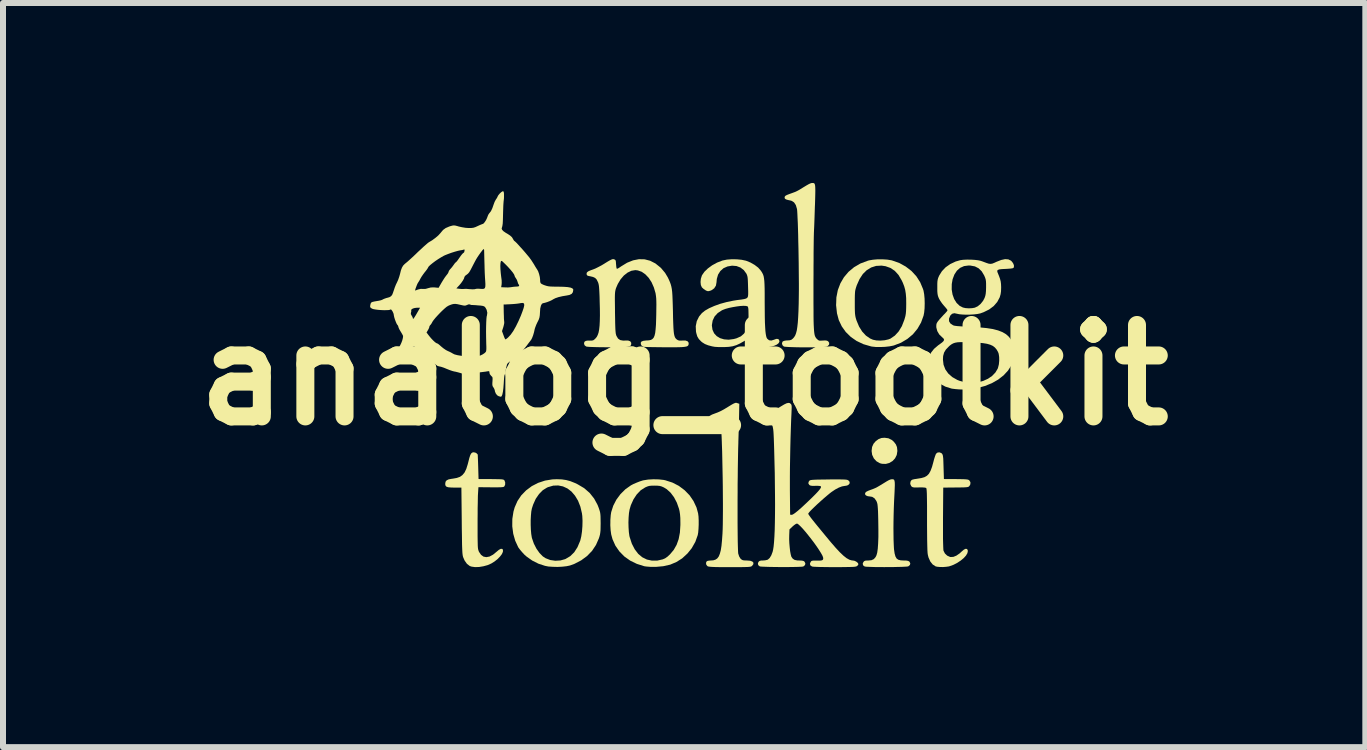
<source format=kicad_pcb>
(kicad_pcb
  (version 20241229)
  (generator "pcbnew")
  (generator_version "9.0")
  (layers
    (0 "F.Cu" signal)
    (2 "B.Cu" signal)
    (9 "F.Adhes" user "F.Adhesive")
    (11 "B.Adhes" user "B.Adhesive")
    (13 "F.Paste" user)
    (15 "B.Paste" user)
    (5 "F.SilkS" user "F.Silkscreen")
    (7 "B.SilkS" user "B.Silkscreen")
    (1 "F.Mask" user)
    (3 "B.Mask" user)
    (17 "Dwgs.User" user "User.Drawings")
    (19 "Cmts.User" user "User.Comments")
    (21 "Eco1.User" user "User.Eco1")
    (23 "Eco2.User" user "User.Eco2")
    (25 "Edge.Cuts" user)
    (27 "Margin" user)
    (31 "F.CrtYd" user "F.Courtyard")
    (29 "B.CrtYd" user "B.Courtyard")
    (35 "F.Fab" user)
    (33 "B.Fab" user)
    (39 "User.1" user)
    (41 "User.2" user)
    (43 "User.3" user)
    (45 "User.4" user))
  (footprint "analog_toolkit"
    (layer "F.Cu")
    (at 8.353 3.201)
    (property "Reference" "analog_toolkit" (at 0 0 0) (layer "F.SilkS") (effects (font (size 1.524 1.524) (thickness 0.3))))
    (attr board_only exclude_from_pos_files exclude_from_bom)
    (fp_poly (pts (xy 3.405 1.054) (xy 3.461 1.082) (xy 3.495 1.112) (xy 3.528 1.155) (xy 3.547 1.201) (xy 3.553 1.257) (xy 3.553 1.269) (xy 3.543 1.332) (xy 3.515 1.388) (xy 3.473 1.433) (xy 3.42 1.465) (xy 3.361 1.481) (xy 3.298 1.479) (xy 3.263 1.47) (xy 3.205 1.437) (xy 3.161 1.389) (xy 3.133 1.329) (xy 3.124 1.265) (xy 3.132 1.199) (xy 3.156 1.145) (xy 3.192 1.103) (xy 3.239 1.068) (xy 3.289 1.049) (xy 3.34 1.045)) (stroke (width 0) (type solid)) (fill yes) (layer "F.SilkS"))
    (fp_poly (pts (xy 3.478 1.737) (xy 3.491 1.74) (xy 3.5 1.748) (xy 3.506 1.765) (xy 3.51 1.792) (xy 3.511 1.833) (xy 3.509 1.888) (xy 3.506 1.962) (xy 3.503 2.019) (xy 3.498 2.117) (xy 3.494 2.223) (xy 3.491 2.333) (xy 3.489 2.443) (xy 3.488 2.551) (xy 3.489 2.653) (xy 3.49 2.745) (xy 3.493 2.823) (xy 3.496 2.885) (xy 3.498 2.908) (xy 3.508 2.976) (xy 3.522 3.025) (xy 3.541 3.058) (xy 3.569 3.078) (xy 3.608 3.088) (xy 3.659 3.091) (xy 3.703 3.092) (xy 3.731 3.097) (xy 3.749 3.106) (xy 3.756 3.112) (xy 3.769 3.14) (xy 3.762 3.166) (xy 3.736 3.188) (xy 3.734 3.188) (xy 3.716 3.192) (xy 3.679 3.194) (xy 3.627 3.197) (xy 3.563 3.198) (xy 3.491 3.2) (xy 3.413 3.2) (xy 3.334 3.201) (xy 3.256 3.2) (xy 3.183 3.2) (xy 3.119 3.198) (xy 3.066 3.196) (xy 3.027 3.194) (xy 3.008 3.19) (xy 3.007 3.19) (xy 2.982 3.171) (xy 2.976 3.143) (xy 2.987 3.117) (xy 3 3.102) (xy 3.018 3.094) (xy 3.047 3.091) (xy 3.068 3.091) (xy 3.122 3.086) (xy 3.162 3.067) (xy 3.191 3.033) (xy 3.206 3.002) (xy 3.218 2.958) (xy 3.227 2.892) (xy 3.233 2.806) (xy 3.237 2.7) (xy 3.237 2.573) (xy 3.235 2.428) (xy 3.235 2.426) (xy 3.233 2.34) (xy 3.231 2.273) (xy 3.228 2.222) (xy 3.225 2.184) (xy 3.222 2.156) (xy 3.217 2.134) (xy 3.211 2.116) (xy 3.204 2.1) (xy 3.173 2.055) (xy 3.134 2.03) (xy 3.097 2.024) (xy 3.059 2.019) (xy 3.029 2.006) (xy 3.015 1.987) (xy 3.014 1.982) (xy 3.019 1.962) (xy 3.034 1.946) (xy 3.065 1.93) (xy 3.104 1.915) (xy 3.146 1.9) (xy 3.184 1.884) (xy 3.223 1.864) (xy 3.269 1.837) (xy 3.328 1.801) (xy 3.333 1.798) (xy 3.38 1.769) (xy 3.413 1.751) (xy 3.437 1.741) (xy 3.458 1.737)) (stroke (width 0) (type solid)) (fill yes) (layer "F.SilkS"))
    (fp_poly (pts (xy -0.424 1.739) (xy -0.341 1.748) (xy -0.314 1.754) (xy -0.196 1.792) (xy -0.089 1.847) (xy 0.007 1.919) (xy 0.09 2.004) (xy 0.156 2.101) (xy 0.206 2.208) (xy 0.232 2.304) (xy 0.239 2.356) (xy 0.242 2.422) (xy 0.242 2.493) (xy 0.239 2.563) (xy 0.234 2.624) (xy 0.226 2.668) (xy 0.186 2.78) (xy 0.126 2.886) (xy 0.055 2.974) (xy -0.033 3.055) (xy -0.129 3.116) (xy -0.233 3.16) (xy -0.348 3.186) (xy -0.468 3.197) (xy -0.56 3.197) (xy -0.633 3.191) (xy -0.666 3.186) (xy -0.789 3.147) (xy -0.901 3.092) (xy -0.998 3.023) (xy -1.08 2.939) (xy -1.146 2.844) (xy -1.194 2.737) (xy -1.216 2.657) (xy -1.226 2.585) (xy -1.231 2.502) (xy -1.23 2.456) (xy -0.929 2.456) (xy -0.927 2.539) (xy -0.922 2.616) (xy -0.913 2.681) (xy -0.908 2.701) (xy -0.872 2.811) (xy -0.824 2.904) (xy -0.766 2.98) (xy -0.698 3.037) (xy -0.621 3.075) (xy -0.537 3.093) (xy -0.446 3.092) (xy -0.358 3.072) (xy -0.318 3.055) (xy -0.278 3.027) (xy -0.236 2.988) (xy -0.174 2.914) (xy -0.126 2.83) (xy -0.092 2.735) (xy -0.071 2.626) (xy -0.063 2.5) (xy -0.063 2.459) (xy -0.064 2.382) (xy -0.069 2.321) (xy -0.077 2.268) (xy -0.086 2.23) (xy -0.122 2.127) (xy -0.169 2.037) (xy -0.226 1.961) (xy -0.291 1.902) (xy -0.339 1.873) (xy -0.375 1.857) (xy -0.407 1.848) (xy -0.445 1.844) (xy -0.495 1.843) (xy -0.546 1.844) (xy -0.584 1.848) (xy -0.616 1.858) (xy -0.65 1.873) (xy -0.725 1.921) (xy -0.79 1.989) (xy -0.845 2.072) (xy -0.889 2.17) (xy -0.91 2.242) (xy -0.92 2.301) (xy -0.926 2.374) (xy -0.929 2.456) (xy -1.23 2.456) (xy -1.23 2.416) (xy -1.224 2.335) (xy -1.216 2.284) (xy -1.182 2.178) (xy -1.13 2.077) (xy -1.061 1.984) (xy -0.979 1.903) (xy -0.887 1.838) (xy -0.847 1.817) (xy -0.794 1.794) (xy -0.738 1.772) (xy -0.687 1.756) (xy -0.677 1.754) (xy -0.601 1.742) (xy -0.513 1.737)) (stroke (width 0) (type solid)) (fill yes) (layer "F.SilkS"))
    (fp_poly (pts (xy -2.039 1.739) (xy -1.966 1.75) (xy -1.896 1.769) (xy -1.821 1.799) (xy -1.775 1.821) (xy -1.667 1.885) (xy -1.576 1.964) (xy -1.501 2.058) (xy -1.443 2.165) (xy -1.423 2.217) (xy -1.411 2.253) (xy -1.402 2.284) (xy -1.397 2.316) (xy -1.394 2.354) (xy -1.393 2.404) (xy -1.392 2.47) (xy -1.392 2.47) (xy -1.393 2.536) (xy -1.394 2.586) (xy -1.398 2.625) (xy -1.403 2.658) (xy -1.412 2.692) (xy -1.422 2.723) (xy -1.47 2.832) (xy -1.535 2.93) (xy -1.618 3.016) (xy -1.716 3.088) (xy -1.827 3.146) (xy -1.903 3.174) (xy -1.96 3.186) (xy -2.031 3.194) (xy -2.11 3.198) (xy -2.19 3.196) (xy -2.263 3.191) (xy -2.319 3.18) (xy -2.429 3.144) (xy -2.532 3.092) (xy -2.623 3.028) (xy -2.662 2.994) (xy -2.699 2.954) (xy -2.734 2.913) (xy -2.761 2.877) (xy -2.767 2.867) (xy -2.816 2.761) (xy -2.849 2.645) (xy -2.865 2.522) (xy -2.865 2.498) (xy -2.558 2.498) (xy -2.555 2.577) (xy -2.549 2.648) (xy -2.54 2.704) (xy -2.537 2.717) (xy -2.505 2.81) (xy -2.462 2.894) (xy -2.411 2.966) (xy -2.355 3.023) (xy -2.309 3.053) (xy -2.232 3.083) (xy -2.148 3.095) (xy -2.062 3.09) (xy -1.983 3.068) (xy -1.975 3.064) (xy -1.898 3.018) (xy -1.832 2.953) (xy -1.778 2.869) (xy -1.735 2.767) (xy -1.731 2.756) (xy -1.715 2.689) (xy -1.703 2.608) (xy -1.696 2.519) (xy -1.694 2.43) (xy -1.698 2.348) (xy -1.704 2.304) (xy -1.73 2.193) (xy -1.769 2.094) (xy -1.819 2.011) (xy -1.878 1.942) (xy -1.946 1.89) (xy -2.02 1.856) (xy -2.099 1.84) (xy -2.182 1.843) (xy -2.268 1.868) (xy -2.285 1.875) (xy -2.356 1.919) (xy -2.419 1.983) (xy -2.474 2.063) (xy -2.517 2.159) (xy -2.538 2.223) (xy -2.548 2.274) (xy -2.554 2.341) (xy -2.558 2.418) (xy -2.558 2.498) (xy -2.865 2.498) (xy -2.864 2.398) (xy -2.845 2.276) (xy -2.825 2.206) (xy -2.778 2.099) (xy -2.714 2.004) (xy -2.633 1.921) (xy -2.539 1.851) (xy -2.434 1.797) (xy -2.319 1.759) (xy -2.197 1.739) (xy -2.123 1.736)) (stroke (width 0) (type solid)) (fill yes) (layer "F.SilkS"))
    (fp_poly (pts (xy 3.385 -1.924) (xy 3.453 -1.913) (xy 3.465 -1.91) (xy 3.585 -1.868) (xy 3.693 -1.808) (xy 3.789 -1.734) (xy 3.87 -1.646) (xy 3.934 -1.546) (xy 3.98 -1.436) (xy 3.989 -1.408) (xy 4 -1.348) (xy 4.007 -1.274) (xy 4.009 -1.194) (xy 4.007 -1.113) (xy 4 -1.041) (xy 3.99 -0.99) (xy 3.948 -0.875) (xy 3.888 -0.771) (xy 3.812 -0.679) (xy 3.72 -0.602) (xy 3.614 -0.539) (xy 3.497 -0.494) (xy 3.482 -0.49) (xy 3.42 -0.478) (xy 3.346 -0.47) (xy 3.267 -0.467) (xy 3.192 -0.468) (xy 3.127 -0.475) (xy 3.113 -0.478) (xy 2.989 -0.514) (xy 2.876 -0.567) (xy 2.778 -0.635) (xy 2.694 -0.717) (xy 2.627 -0.811) (xy 2.577 -0.916) (xy 2.547 -1.029) (xy 2.532 -1.165) (xy 2.534 -1.204) (xy 2.844 -1.204) (xy 2.844 -1.199) (xy 2.844 -1.126) (xy 2.845 -1.071) (xy 2.847 -1.028) (xy 2.851 -0.995) (xy 2.856 -0.966) (xy 2.864 -0.936) (xy 2.874 -0.906) (xy 2.915 -0.808) (xy 2.967 -0.725) (xy 3.029 -0.658) (xy 3.098 -0.61) (xy 3.146 -0.589) (xy 3.204 -0.577) (xy 3.272 -0.574) (xy 3.342 -0.58) (xy 3.404 -0.594) (xy 3.438 -0.607) (xy 3.512 -0.658) (xy 3.575 -0.727) (xy 3.628 -0.814) (xy 3.669 -0.919) (xy 3.676 -0.943) (xy 3.687 -0.982) (xy 3.694 -1.021) (xy 3.698 -1.065) (xy 3.7 -1.118) (xy 3.701 -1.188) (xy 3.701 -1.194) (xy 3.7 -1.283) (xy 3.694 -1.356) (xy 3.684 -1.419) (xy 3.668 -1.477) (xy 3.645 -1.537) (xy 3.624 -1.581) (xy 3.572 -1.669) (xy 3.51 -1.737) (xy 3.438 -1.785) (xy 3.357 -1.814) (xy 3.29 -1.824) (xy 3.199 -1.819) (xy 3.117 -1.793) (xy 3.043 -1.748) (xy 2.978 -1.684) (xy 2.923 -1.6) (xy 2.877 -1.497) (xy 2.875 -1.491) (xy 2.864 -1.458) (xy 2.856 -1.43) (xy 2.85 -1.403) (xy 2.847 -1.37) (xy 2.845 -1.33) (xy 2.844 -1.276) (xy 2.844 -1.204) (xy 2.534 -1.204) (xy 2.537 -1.294) (xy 2.561 -1.416) (xy 2.604 -1.529) (xy 2.663 -1.63) (xy 2.739 -1.72) (xy 2.831 -1.797) (xy 2.937 -1.859) (xy 3.057 -1.904) (xy 3.08 -1.911) (xy 3.145 -1.922) (xy 3.223 -1.929) (xy 3.305 -1.929)) (stroke (width 0) (type solid)) (fill yes) (layer "F.SilkS"))
    (fp_poly (pts (xy -3.48 1.293) (xy -3.46 1.304) (xy -3.446 1.319) (xy -3.441 1.324) (xy -3.44 1.335) (xy -3.439 1.364) (xy -3.437 1.409) (xy -3.435 1.465) (xy -3.433 1.529) (xy -3.427 1.733) (xy -3.219 1.734) (xy -3.145 1.735) (xy -3.091 1.736) (xy -3.052 1.737) (xy -3.027 1.74) (xy -3.01 1.744) (xy -3.001 1.75) (xy -2.996 1.755) (xy -2.983 1.789) (xy -2.984 1.828) (xy -2.996 1.853) (xy -3.002 1.86) (xy -3.013 1.865) (xy -3.031 1.868) (xy -3.059 1.87) (xy -3.101 1.871) (xy -3.159 1.871) (xy -3.219 1.871) (xy -3.429 1.869) (xy -3.436 1.977) (xy -3.438 2.013) (xy -3.439 2.068) (xy -3.44 2.139) (xy -3.442 2.221) (xy -3.442 2.312) (xy -3.443 2.408) (xy -3.443 2.491) (xy -3.443 2.596) (xy -3.443 2.682) (xy -3.442 2.751) (xy -3.441 2.804) (xy -3.44 2.845) (xy -3.438 2.876) (xy -3.435 2.899) (xy -3.431 2.916) (xy -3.426 2.93) (xy -3.421 2.944) (xy -3.42 2.946) (xy -3.386 2.996) (xy -3.345 3.026) (xy -3.298 3.035) (xy -3.244 3.025) (xy -3.186 2.994) (xy -3.131 2.949) (xy -3.088 2.913) (xy -3.055 2.896) (xy -3.031 2.898) (xy -3.02 2.914) (xy -3.021 2.946) (xy -3.038 2.984) (xy -3.07 3.026) (xy -3.112 3.069) (xy -3.163 3.109) (xy -3.213 3.14) (xy -3.276 3.168) (xy -3.346 3.187) (xy -3.418 3.199) (xy -3.486 3.201) (xy -3.543 3.193) (xy -3.573 3.183) (xy -3.62 3.147) (xy -3.659 3.092) (xy -3.681 3.042) (xy -3.686 3.028) (xy -3.69 3.011) (xy -3.693 2.991) (xy -3.696 2.964) (xy -3.698 2.929) (xy -3.7 2.883) (xy -3.702 2.826) (xy -3.703 2.754) (xy -3.704 2.667) (xy -3.706 2.561) (xy -3.707 2.436) (xy -3.707 2.431) (xy -3.713 1.876) (xy -3.829 1.876) (xy -3.891 1.874) (xy -3.933 1.87) (xy -3.961 1.861) (xy -3.976 1.846) (xy -3.982 1.824) (xy -3.982 1.81) (xy -3.977 1.778) (xy -3.959 1.755) (xy -3.926 1.739) (xy -3.874 1.729) (xy -3.857 1.727) (xy -3.79 1.715) (xy -3.736 1.696) (xy -3.694 1.665) (xy -3.659 1.622) (xy -3.631 1.563) (xy -3.607 1.486) (xy -3.596 1.443) (xy -3.58 1.38) (xy -3.565 1.335) (xy -3.55 1.307) (xy -3.532 1.292) (xy -3.511 1.287) (xy -3.51 1.287)) (stroke (width 0) (type solid)) (fill yes) (layer "F.SilkS"))
    (fp_poly (pts (xy 4.285 1.3) (xy 4.297 1.31) (xy 4.304 1.321) (xy 4.31 1.335) (xy 4.314 1.358) (xy 4.318 1.39) (xy 4.32 1.437) (xy 4.322 1.502) (xy 4.323 1.533) (xy 4.329 1.733) (xy 4.53 1.734) (xy 4.602 1.735) (xy 4.656 1.736) (xy 4.694 1.738) (xy 4.72 1.741) (xy 4.738 1.746) (xy 4.749 1.752) (xy 4.752 1.755) (xy 4.771 1.785) (xy 4.77 1.82) (xy 4.755 1.848) (xy 4.747 1.856) (xy 4.737 1.863) (xy 4.722 1.867) (xy 4.699 1.87) (xy 4.664 1.872) (xy 4.614 1.873) (xy 4.546 1.874) (xy 4.526 1.874) (xy 4.318 1.876) (xy 4.314 2.382) (xy 4.314 2.514) (xy 4.314 2.63) (xy 4.314 2.728) (xy 4.316 2.808) (xy 4.318 2.869) (xy 4.32 2.909) (xy 4.322 2.927) (xy 4.346 2.974) (xy 4.384 3.01) (xy 4.431 3.031) (xy 4.441 3.033) (xy 4.488 3.03) (xy 4.537 3.01) (xy 4.592 2.972) (xy 4.623 2.943) (xy 4.663 2.909) (xy 4.694 2.895) (xy 4.716 2.9) (xy 4.727 2.924) (xy 4.728 2.932) (xy 4.721 2.968) (xy 4.697 3.009) (xy 4.659 3.051) (xy 4.609 3.092) (xy 4.552 3.13) (xy 4.49 3.162) (xy 4.427 3.185) (xy 4.409 3.19) (xy 4.365 3.196) (xy 4.314 3.2) (xy 4.262 3.199) (xy 4.218 3.195) (xy 4.191 3.189) (xy 4.142 3.157) (xy 4.102 3.107) (xy 4.072 3.039) (xy 4.061 2.994) (xy 4.057 2.966) (xy 4.054 2.916) (xy 4.052 2.844) (xy 4.05 2.751) (xy 4.049 2.637) (xy 4.048 2.503) (xy 4.048 2.415) (xy 4.048 2.291) (xy 4.048 2.187) (xy 4.047 2.101) (xy 4.046 2.033) (xy 4.045 1.979) (xy 4.043 1.94) (xy 4.041 1.912) (xy 4.038 1.894) (xy 4.035 1.884) (xy 4.033 1.882) (xy 4.014 1.876) (xy 3.976 1.873) (xy 3.922 1.873) (xy 3.911 1.873) (xy 3.862 1.874) (xy 3.829 1.873) (xy 3.809 1.869) (xy 3.795 1.862) (xy 3.784 1.85) (xy 3.783 1.849) (xy 3.768 1.815) (xy 3.772 1.778) (xy 3.788 1.752) (xy 3.805 1.743) (xy 3.838 1.735) (xy 3.879 1.729) (xy 3.884 1.728) (xy 3.952 1.717) (xy 4.005 1.702) (xy 4.047 1.678) (xy 4.08 1.644) (xy 4.107 1.595) (xy 4.131 1.531) (xy 4.153 1.451) (xy 4.166 1.401) (xy 4.18 1.357) (xy 4.192 1.325) (xy 4.198 1.312) (xy 4.222 1.292) (xy 4.254 1.288)) (stroke (width 0) (type solid)) (fill yes) (layer "F.SilkS"))
    (fp_poly (pts (xy 0.87 0.463) (xy 0.883 0.467) (xy 0.887 0.468) (xy 0.919 0.479) (xy 0.916 0.633) (xy 0.915 0.684) (xy 0.914 0.753) (xy 0.912 0.835) (xy 0.909 0.925) (xy 0.906 1.02) (xy 0.903 1.115) (xy 0.903 1.133) (xy 0.9 1.224) (xy 0.898 1.327) (xy 0.896 1.44) (xy 0.894 1.561) (xy 0.893 1.688) (xy 0.891 1.819) (xy 0.891 1.952) (xy 0.89 2.085) (xy 0.89 2.216) (xy 0.89 2.343) (xy 0.89 2.464) (xy 0.891 2.577) (xy 0.892 2.681) (xy 0.893 2.772) (xy 0.895 2.849) (xy 0.897 2.91) (xy 0.899 2.954) (xy 0.901 2.977) (xy 0.902 2.978) (xy 0.916 3.022) (xy 0.937 3.057) (xy 0.943 3.063) (xy 0.961 3.078) (xy 0.981 3.087) (xy 1.011 3.09) (xy 1.046 3.091) (xy 1.1 3.095) (xy 1.136 3.108) (xy 1.154 3.127) (xy 1.153 3.152) (xy 1.133 3.179) (xy 1.126 3.185) (xy 1.117 3.19) (xy 1.104 3.194) (xy 1.083 3.197) (xy 1.054 3.199) (xy 1.013 3.2) (xy 0.958 3.201) (xy 0.886 3.201) (xy 0.796 3.201) (xy 0.761 3.201) (xy 0.662 3.201) (xy 0.583 3.201) (xy 0.521 3.2) (xy 0.473 3.198) (xy 0.439 3.196) (xy 0.415 3.193) (xy 0.399 3.19) (xy 0.389 3.185) (xy 0.387 3.184) (xy 0.368 3.16) (xy 0.364 3.13) (xy 0.376 3.104) (xy 0.395 3.096) (xy 0.426 3.092) (xy 0.442 3.091) (xy 0.485 3.088) (xy 0.521 3.077) (xy 0.551 3.057) (xy 0.575 3.026) (xy 0.594 2.981) (xy 0.61 2.922) (xy 0.622 2.846) (xy 0.631 2.752) (xy 0.639 2.638) (xy 0.639 2.634) (xy 0.642 2.569) (xy 0.644 2.484) (xy 0.645 2.383) (xy 0.646 2.267) (xy 0.646 2.14) (xy 0.645 2.003) (xy 0.644 1.86) (xy 0.642 1.713) (xy 0.639 1.564) (xy 0.636 1.416) (xy 0.633 1.272) (xy 0.628 1.133) (xy 0.628 1.128) (xy 0.625 1.046) (xy 0.622 0.983) (xy 0.619 0.935) (xy 0.615 0.899) (xy 0.61 0.872) (xy 0.604 0.851) (xy 0.597 0.835) (xy 0.581 0.801) (xy 0.564 0.78) (xy 0.54 0.767) (xy 0.504 0.757) (xy 0.485 0.753) (xy 0.439 0.739) (xy 0.414 0.722) (xy 0.41 0.702) (xy 0.426 0.68) (xy 0.463 0.659) (xy 0.516 0.639) (xy 0.559 0.623) (xy 0.612 0.599) (xy 0.664 0.571) (xy 0.682 0.56) (xy 0.743 0.523) (xy 0.787 0.496) (xy 0.819 0.478) (xy 0.842 0.468) (xy 0.858 0.463)) (stroke (width 0) (type solid)) (fill yes) (layer "F.SilkS"))
    (fp_poly (pts (xy 2.15 -3.201) (xy 2.162 -3.198) (xy 2.172 -3.191) (xy 2.178 -3.177) (xy 2.183 -3.154) (xy 2.185 -3.12) (xy 2.186 -3.073) (xy 2.185 -3.011) (xy 2.183 -2.932) (xy 2.18 -2.833) (xy 2.179 -2.819) (xy 2.176 -2.727) (xy 2.173 -2.636) (xy 2.17 -2.551) (xy 2.167 -2.474) (xy 2.164 -2.411) (xy 2.162 -2.364) (xy 2.162 -2.354) (xy 2.161 -2.323) (xy 2.16 -2.272) (xy 2.159 -2.204) (xy 2.158 -2.12) (xy 2.157 -2.023) (xy 2.157 -1.915) (xy 2.156 -1.798) (xy 2.156 -1.674) (xy 2.155 -1.546) (xy 2.155 -1.496) (xy 2.155 -1.34) (xy 2.155 -1.205) (xy 2.156 -1.089) (xy 2.156 -0.99) (xy 2.157 -0.907) (xy 2.159 -0.838) (xy 2.162 -0.781) (xy 2.165 -0.736) (xy 2.169 -0.7) (xy 2.174 -0.672) (xy 2.18 -0.65) (xy 2.188 -0.634) (xy 2.196 -0.62) (xy 2.206 -0.608) (xy 2.213 -0.601) (xy 2.233 -0.583) (xy 2.251 -0.574) (xy 2.276 -0.573) (xy 2.311 -0.575) (xy 2.352 -0.577) (xy 2.379 -0.573) (xy 2.399 -0.563) (xy 2.4 -0.562) (xy 2.417 -0.537) (xy 2.416 -0.509) (xy 2.396 -0.486) (xy 2.375 -0.474) (xy 2.352 -0.47) (xy 2.312 -0.467) (xy 2.257 -0.465) (xy 2.191 -0.463) (xy 2.117 -0.462) (xy 2.039 -0.462) (xy 1.96 -0.462) (xy 1.884 -0.463) (xy 1.813 -0.465) (xy 1.752 -0.467) (xy 1.704 -0.47) (xy 1.672 -0.473) (xy 1.661 -0.476) (xy 1.639 -0.497) (xy 1.63 -0.525) (xy 1.637 -0.552) (xy 1.645 -0.561) (xy 1.666 -0.57) (xy 1.699 -0.576) (xy 1.722 -0.577) (xy 1.761 -0.58) (xy 1.788 -0.589) (xy 1.812 -0.608) (xy 1.813 -0.609) (xy 1.833 -0.632) (xy 1.851 -0.661) (xy 1.865 -0.698) (xy 1.877 -0.744) (xy 1.886 -0.802) (xy 1.894 -0.873) (xy 1.9 -0.96) (xy 1.905 -1.064) (xy 1.909 -1.188) (xy 1.91 -1.254) (xy 1.911 -1.331) (xy 1.912 -1.421) (xy 1.912 -1.522) (xy 1.911 -1.631) (xy 1.91 -1.746) (xy 1.909 -1.866) (xy 1.907 -1.987) (xy 1.905 -2.107) (xy 1.902 -2.224) (xy 1.9 -2.336) (xy 1.897 -2.44) (xy 1.894 -2.534) (xy 1.89 -2.616) (xy 1.887 -2.683) (xy 1.884 -2.734) (xy 1.881 -2.765) (xy 1.88 -2.769) (xy 1.861 -2.833) (xy 1.831 -2.878) (xy 1.792 -2.903) (xy 1.776 -2.908) (xy 1.729 -2.918) (xy 1.699 -2.927) (xy 1.683 -2.937) (xy 1.675 -2.949) (xy 1.674 -2.956) (xy 1.676 -2.972) (xy 1.687 -2.987) (xy 1.712 -3.001) (xy 1.753 -3.017) (xy 1.795 -3.032) (xy 1.844 -3.05) (xy 1.895 -3.074) (xy 1.927 -3.092) (xy 1.99 -3.131) (xy 2.038 -3.16) (xy 2.073 -3.18) (xy 2.098 -3.192) (xy 2.117 -3.199) (xy 2.131 -3.201) (xy 2.135 -3.201)) (stroke (width 0) (type solid)) (fill yes) (layer "F.SilkS"))
    (fp_poly (pts (xy 0.877 -1.929) (xy 0.959 -1.921) (xy 1.029 -1.906) (xy 1.03 -1.906) (xy 1.104 -1.876) (xy 1.174 -1.836) (xy 1.233 -1.791) (xy 1.272 -1.747) (xy 1.29 -1.722) (xy 1.304 -1.698) (xy 1.316 -1.673) (xy 1.325 -1.645) (xy 1.331 -1.61) (xy 1.336 -1.567) (xy 1.339 -1.513) (xy 1.341 -1.446) (xy 1.342 -1.362) (xy 1.342 -1.26) (xy 1.342 -1.218) (xy 1.343 -1.083) (xy 1.344 -0.969) (xy 1.346 -0.874) (xy 1.35 -0.796) (xy 1.354 -0.733) (xy 1.36 -0.684) (xy 1.367 -0.647) (xy 1.375 -0.621) (xy 1.384 -0.606) (xy 1.415 -0.58) (xy 1.453 -0.575) (xy 1.495 -0.588) (xy 1.536 -0.603) (xy 1.566 -0.601) (xy 1.582 -0.586) (xy 1.588 -0.557) (xy 1.574 -0.531) (xy 1.545 -0.508) (xy 1.504 -0.489) (xy 1.455 -0.475) (xy 1.4 -0.466) (xy 1.342 -0.465) (xy 1.286 -0.47) (xy 1.235 -0.484) (xy 1.213 -0.494) (xy 1.177 -0.517) (xy 1.142 -0.549) (xy 1.132 -0.561) (xy 1.109 -0.586) (xy 1.088 -0.602) (xy 1.08 -0.605) (xy 1.063 -0.6) (xy 1.034 -0.585) (xy 1 -0.566) (xy 0.93 -0.526) (xy 0.869 -0.498) (xy 0.809 -0.48) (xy 0.744 -0.47) (xy 0.666 -0.466) (xy 0.666 -0.466) (xy 0.582 -0.466) (xy 0.513 -0.47) (xy 0.467 -0.478) (xy 0.399 -0.496) (xy 0.346 -0.517) (xy 0.303 -0.544) (xy 0.282 -0.561) (xy 0.244 -0.601) (xy 0.218 -0.645) (xy 0.202 -0.7) (xy 0.197 -0.725) (xy 0.193 -0.814) (xy 0.195 -0.824) (xy 0.462 -0.824) (xy 0.472 -0.755) (xy 0.499 -0.696) (xy 0.542 -0.649) (xy 0.598 -0.615) (xy 0.665 -0.595) (xy 0.742 -0.589) (xy 0.825 -0.6) (xy 0.871 -0.612) (xy 0.943 -0.644) (xy 0.999 -0.692) (xy 1.041 -0.755) (xy 1.041 -0.755) (xy 1.054 -0.782) (xy 1.062 -0.805) (xy 1.068 -0.83) (xy 1.071 -0.861) (xy 1.072 -0.903) (xy 1.073 -0.962) (xy 1.073 -0.977) (xy 1.072 -1.041) (xy 1.071 -1.087) (xy 1.068 -1.117) (xy 1.063 -1.135) (xy 1.057 -1.145) (xy 1.056 -1.145) (xy 1.031 -1.152) (xy 0.99 -1.154) (xy 0.936 -1.151) (xy 0.875 -1.143) (xy 0.81 -1.132) (xy 0.747 -1.119) (xy 0.689 -1.103) (xy 0.642 -1.085) (xy 0.629 -1.079) (xy 0.559 -1.033) (xy 0.507 -0.976) (xy 0.475 -0.909) (xy 0.462 -0.833) (xy 0.462 -0.824) (xy 0.195 -0.824) (xy 0.21 -0.898) (xy 0.248 -0.975) (xy 0.295 -1.032) (xy 0.347 -1.074) (xy 0.417 -1.114) (xy 0.503 -1.152) (xy 0.6 -1.187) (xy 0.706 -1.216) (xy 0.816 -1.239) (xy 0.884 -1.25) (xy 0.951 -1.258) (xy 0.999 -1.266) (xy 1.032 -1.275) (xy 1.053 -1.289) (xy 1.064 -1.313) (xy 1.067 -1.348) (xy 1.067 -1.399) (xy 1.065 -1.466) (xy 1.063 -1.535) (xy 1.061 -1.585) (xy 1.058 -1.622) (xy 1.053 -1.649) (xy 1.046 -1.67) (xy 1.038 -1.689) (xy 0.994 -1.749) (xy 0.938 -1.792) (xy 0.872 -1.817) (xy 0.798 -1.823) (xy 0.722 -1.81) (xy 0.656 -1.781) (xy 0.603 -1.734) (xy 0.565 -1.674) (xy 0.544 -1.602) (xy 0.539 -1.545) (xy 0.529 -1.49) (xy 0.5 -1.445) (xy 0.456 -1.414) (xy 0.442 -1.408) (xy 0.411 -1.399) (xy 0.389 -1.399) (xy 0.365 -1.408) (xy 0.355 -1.414) (xy 0.324 -1.435) (xy 0.297 -1.46) (xy 0.294 -1.464) (xy 0.278 -1.501) (xy 0.273 -1.551) (xy 0.278 -1.604) (xy 0.294 -1.655) (xy 0.297 -1.663) (xy 0.337 -1.721) (xy 0.395 -1.777) (xy 0.466 -1.829) (xy 0.548 -1.874) (xy 0.636 -1.908) (xy 0.644 -1.91) (xy 0.712 -1.924) (xy 0.792 -1.93)) (stroke (width 0) (type solid)) (fill yes) (layer "F.SilkS"))
    (fp_poly (pts (xy -1.174 -1.931) (xy -1.168 -1.929) (xy -1.152 -1.922) (xy -1.143 -1.911) (xy -1.138 -1.889) (xy -1.136 -1.853) (xy -1.135 -1.845) (xy -1.131 -1.8) (xy -1.125 -1.775) (xy -1.119 -1.771) (xy -1.103 -1.777) (xy -1.077 -1.793) (xy -1.051 -1.811) (xy -0.951 -1.872) (xy -0.851 -1.912) (xy -0.754 -1.931) (xy -0.659 -1.929) (xy -0.567 -1.905) (xy -0.479 -1.86) (xy -0.397 -1.794) (xy -0.385 -1.783) (xy -0.318 -1.703) (xy -0.273 -1.628) (xy -0.253 -1.586) (xy -0.237 -1.549) (xy -0.224 -1.513) (xy -0.214 -1.476) (xy -0.206 -1.435) (xy -0.2 -1.386) (xy -0.196 -1.328) (xy -0.193 -1.256) (xy -0.19 -1.168) (xy -0.187 -1.061) (xy -0.187 -1.056) (xy -0.185 -0.948) (xy -0.182 -0.859) (xy -0.179 -0.788) (xy -0.175 -0.732) (xy -0.17 -0.689) (xy -0.163 -0.657) (xy -0.155 -0.633) (xy -0.145 -0.615) (xy -0.133 -0.602) (xy -0.123 -0.593) (xy -0.102 -0.58) (xy -0.077 -0.574) (xy -0.042 -0.574) (xy -0.031 -0.575) (xy 0.023 -0.575) (xy 0.057 -0.563) (xy 0.074 -0.54) (xy 0.075 -0.519) (xy 0.072 -0.504) (xy 0.066 -0.492) (xy 0.054 -0.482) (xy 0.035 -0.475) (xy 0.006 -0.47) (xy -0.035 -0.466) (xy -0.09 -0.464) (xy -0.161 -0.463) (xy -0.25 -0.463) (xy -0.319 -0.463) (xy -0.404 -0.464) (xy -0.483 -0.465) (xy -0.553 -0.466) (xy -0.61 -0.467) (xy -0.653 -0.469) (xy -0.678 -0.471) (xy -0.682 -0.472) (xy -0.708 -0.489) (xy -0.72 -0.509) (xy -0.724 -0.538) (xy -0.712 -0.558) (xy -0.682 -0.57) (xy -0.633 -0.576) (xy -0.623 -0.576) (xy -0.585 -0.579) (xy -0.554 -0.586) (xy -0.529 -0.6) (xy -0.509 -0.622) (xy -0.494 -0.656) (xy -0.483 -0.701) (xy -0.476 -0.762) (xy -0.47 -0.839) (xy -0.467 -0.934) (xy -0.465 -1.012) (xy -0.464 -1.104) (xy -0.463 -1.176) (xy -0.464 -1.234) (xy -0.466 -1.28) (xy -0.47 -1.318) (xy -0.475 -1.351) (xy -0.477 -1.364) (xy -0.505 -1.46) (xy -0.543 -1.546) (xy -0.591 -1.62) (xy -0.646 -1.678) (xy -0.707 -1.721) (xy -0.772 -1.744) (xy -0.814 -1.749) (xy -0.88 -1.738) (xy -0.944 -1.707) (xy -1.005 -1.659) (xy -1.06 -1.595) (xy -1.106 -1.518) (xy -1.133 -1.456) (xy -1.14 -1.436) (xy -1.145 -1.417) (xy -1.149 -1.397) (xy -1.152 -1.372) (xy -1.154 -1.34) (xy -1.155 -1.299) (xy -1.155 -1.244) (xy -1.154 -1.174) (xy -1.153 -1.086) (xy -1.153 -1.043) (xy -1.151 -0.945) (xy -1.15 -0.866) (xy -1.148 -0.803) (xy -1.146 -0.756) (xy -1.143 -0.719) (xy -1.14 -0.692) (xy -1.135 -0.672) (xy -1.13 -0.656) (xy -1.128 -0.651) (xy -1.102 -0.608) (xy -1.066 -0.583) (xy -1.017 -0.574) (xy -0.984 -0.575) (xy -0.933 -0.575) (xy -0.899 -0.563) (xy -0.883 -0.539) (xy -0.882 -0.519) (xy -0.885 -0.504) (xy -0.891 -0.492) (xy -0.903 -0.482) (xy -0.922 -0.475) (xy -0.952 -0.47) (xy -0.993 -0.466) (xy -1.049 -0.464) (xy -1.121 -0.463) (xy -1.212 -0.463) (xy -1.271 -0.463) (xy -1.362 -0.464) (xy -1.445 -0.465) (xy -1.515 -0.467) (xy -1.571 -0.469) (xy -1.611 -0.472) (xy -1.631 -0.475) (xy -1.631 -0.475) (xy -1.657 -0.493) (xy -1.669 -0.52) (xy -1.665 -0.548) (xy -1.657 -0.559) (xy -1.637 -0.57) (xy -1.604 -0.575) (xy -1.578 -0.574) (xy -1.541 -0.574) (xy -1.516 -0.579) (xy -1.496 -0.593) (xy -1.48 -0.608) (xy -1.458 -0.634) (xy -1.441 -0.667) (xy -1.427 -0.707) (xy -1.417 -0.759) (xy -1.41 -0.823) (xy -1.406 -0.901) (xy -1.404 -0.995) (xy -1.405 -1.108) (xy -1.408 -1.216) (xy -1.41 -1.305) (xy -1.413 -1.375) (xy -1.416 -1.429) (xy -1.419 -1.469) (xy -1.423 -1.5) (xy -1.428 -1.523) (xy -1.434 -1.542) (xy -1.438 -1.551) (xy -1.459 -1.593) (xy -1.485 -1.619) (xy -1.519 -1.635) (xy -1.561 -1.645) (xy -1.596 -1.652) (xy -1.616 -1.66) (xy -1.624 -1.673) (xy -1.626 -1.683) (xy -1.625 -1.702) (xy -1.614 -1.717) (xy -1.592 -1.732) (xy -1.553 -1.748) (xy -1.516 -1.761) (xy -1.479 -1.776) (xy -1.431 -1.8) (xy -1.376 -1.829) (xy -1.323 -1.861) (xy -1.322 -1.862) (xy -1.27 -1.894) (xy -1.233 -1.915) (xy -1.207 -1.927) (xy -1.189 -1.932)) (stroke (width 0) (type solid)) (fill yes) (layer "F.SilkS"))
    (fp_poly (pts (xy 1.759 0.467) (xy 1.777 0.481) (xy 1.785 0.491) (xy 1.79 0.507) (xy 1.792 0.532) (xy 1.791 0.57) (xy 1.789 0.626) (xy 1.783 0.752) (xy 1.778 0.895) (xy 1.773 1.051) (xy 1.769 1.213) (xy 1.766 1.379) (xy 1.763 1.543) (xy 1.762 1.699) (xy 1.762 1.844) (xy 1.762 1.925) (xy 1.766 2.327) (xy 1.79 2.33) (xy 1.811 2.324) (xy 1.846 2.301) (xy 1.895 2.262) (xy 1.959 2.206) (xy 2.035 2.135) (xy 2.126 2.048) (xy 2.132 2.042) (xy 2.191 1.983) (xy 2.234 1.937) (xy 2.263 1.902) (xy 2.278 1.878) (xy 2.281 1.861) (xy 2.274 1.852) (xy 2.257 1.848) (xy 2.225 1.846) (xy 2.184 1.846) (xy 2.183 1.847) (xy 2.137 1.847) (xy 2.108 1.843) (xy 2.09 1.835) (xy 2.086 1.831) (xy 2.07 1.807) (xy 2.074 1.781) (xy 2.084 1.765) (xy 2.089 1.759) (xy 2.098 1.754) (xy 2.112 1.75) (xy 2.134 1.747) (xy 2.166 1.745) (xy 2.212 1.743) (xy 2.273 1.742) (xy 2.352 1.741) (xy 2.404 1.74) (xy 2.496 1.739) (xy 2.568 1.739) (xy 2.624 1.74) (xy 2.665 1.741) (xy 2.694 1.743) (xy 2.715 1.746) (xy 2.728 1.751) (xy 2.735 1.754) (xy 2.756 1.777) (xy 2.759 1.802) (xy 2.745 1.824) (xy 2.717 1.841) (xy 2.677 1.848) (xy 2.673 1.848) (xy 2.63 1.856) (xy 2.577 1.876) (xy 2.517 1.908) (xy 2.456 1.949) (xy 2.431 1.968) (xy 2.378 2.012) (xy 2.322 2.06) (xy 2.266 2.11) (xy 2.212 2.159) (xy 2.164 2.205) (xy 2.123 2.245) (xy 2.091 2.278) (xy 2.073 2.301) (xy 2.068 2.31) (xy 2.07 2.317) (xy 2.077 2.33) (xy 2.09 2.349) (xy 2.109 2.375) (xy 2.137 2.411) (xy 2.173 2.456) (xy 2.219 2.513) (xy 2.276 2.582) (xy 2.345 2.666) (xy 2.427 2.765) (xy 2.447 2.789) (xy 2.526 2.88) (xy 2.595 2.954) (xy 2.655 3.011) (xy 2.707 3.052) (xy 2.754 3.078) (xy 2.796 3.09) (xy 2.813 3.091) (xy 2.843 3.097) (xy 2.873 3.113) (xy 2.896 3.133) (xy 2.904 3.152) (xy 2.896 3.169) (xy 2.88 3.184) (xy 2.87 3.189) (xy 2.855 3.193) (xy 2.832 3.196) (xy 2.8 3.198) (xy 2.755 3.199) (xy 2.695 3.2) (xy 2.618 3.201) (xy 2.522 3.201) (xy 2.506 3.201) (xy 2.42 3.201) (xy 2.339 3.2) (xy 2.268 3.199) (xy 2.208 3.197) (xy 2.164 3.195) (xy 2.137 3.192) (xy 2.131 3.191) (xy 2.103 3.172) (xy 2.096 3.145) (xy 2.107 3.117) (xy 2.117 3.103) (xy 2.13 3.096) (xy 2.151 3.093) (xy 2.185 3.092) (xy 2.212 3.093) (xy 2.264 3.093) (xy 2.297 3.088) (xy 2.314 3.076) (xy 2.318 3.056) (xy 2.315 3.037) (xy 2.303 3.007) (xy 2.28 2.966) (xy 2.248 2.915) (xy 2.209 2.857) (xy 2.165 2.795) (xy 2.117 2.732) (xy 2.069 2.671) (xy 2.022 2.613) (xy 1.978 2.562) (xy 1.939 2.521) (xy 1.907 2.491) (xy 1.885 2.476) (xy 1.88 2.475) (xy 1.861 2.482) (xy 1.833 2.501) (xy 1.806 2.524) (xy 1.755 2.573) (xy 1.751 2.672) (xy 1.75 2.736) (xy 1.753 2.805) (xy 1.759 2.873) (xy 1.766 2.936) (xy 1.776 2.989) (xy 1.786 3.026) (xy 1.788 3.03) (xy 1.81 3.061) (xy 1.841 3.081) (xy 1.886 3.09) (xy 1.924 3.091) (xy 1.965 3.093) (xy 1.992 3.1) (xy 2.007 3.112) (xy 2.02 3.14) (xy 2.014 3.167) (xy 1.99 3.188) (xy 1.984 3.191) (xy 1.965 3.194) (xy 1.927 3.196) (xy 1.875 3.198) (xy 1.811 3.199) (xy 1.738 3.2) (xy 1.661 3.2) (xy 1.582 3.2) (xy 1.504 3.199) (xy 1.432 3.198) (xy 1.367 3.196) (xy 1.315 3.194) (xy 1.277 3.192) (xy 1.258 3.188) (xy 1.258 3.188) (xy 1.234 3.167) (xy 1.229 3.138) (xy 1.239 3.114) (xy 1.255 3.099) (xy 1.28 3.092) (xy 1.31 3.091) (xy 1.35 3.088) (xy 1.385 3.08) (xy 1.396 3.075) (xy 1.425 3.049) (xy 1.452 3.005) (xy 1.474 2.947) (xy 1.483 2.908) (xy 1.491 2.856) (xy 1.498 2.784) (xy 1.504 2.693) (xy 1.509 2.584) (xy 1.512 2.458) (xy 1.514 2.318) (xy 1.515 2.164) (xy 1.514 1.998) (xy 1.512 1.821) (xy 1.51 1.635) (xy 1.505 1.44) (xy 1.5 1.24) (xy 1.497 1.144) (xy 1.494 1.059) (xy 1.491 0.993) (xy 1.488 0.943) (xy 1.484 0.905) (xy 1.479 0.877) (xy 1.474 0.855) (xy 1.466 0.836) (xy 1.466 0.834) (xy 1.447 0.798) (xy 1.425 0.775) (xy 1.393 0.762) (xy 1.353 0.754) (xy 1.31 0.743) (xy 1.285 0.729) (xy 1.276 0.709) (xy 1.276 0.703) (xy 1.282 0.686) (xy 1.3 0.671) (xy 1.334 0.656) (xy 1.379 0.641) (xy 1.416 0.63) (xy 1.45 0.616) (xy 1.487 0.597) (xy 1.531 0.572) (xy 1.587 0.538) (xy 1.61 0.524) (xy 1.665 0.491) (xy 1.706 0.471) (xy 1.736 0.464)) (stroke (width 0) (type solid)) (fill yes) (layer "F.SilkS"))
    (fp_poly (pts (xy 5.403 -1.928) (xy 5.446 -1.907) (xy 5.455 -1.899) (xy 5.481 -1.866) (xy 5.496 -1.831) (xy 5.496 -1.8) (xy 5.49 -1.788) (xy 5.475 -1.78) (xy 5.443 -1.775) (xy 5.392 -1.771) (xy 5.356 -1.769) (xy 5.295 -1.766) (xy 5.253 -1.761) (xy 5.228 -1.752) (xy 5.218 -1.739) (xy 5.22 -1.72) (xy 5.221 -1.716) (xy 5.247 -1.652) (xy 5.265 -1.602) (xy 5.276 -1.558) (xy 5.281 -1.516) (xy 5.283 -1.468) (xy 5.283 -1.458) (xy 5.281 -1.396) (xy 5.274 -1.347) (xy 5.261 -1.302) (xy 5.258 -1.293) (xy 5.218 -1.218) (xy 5.159 -1.15) (xy 5.083 -1.093) (xy 4.992 -1.048) (xy 4.934 -1.027) (xy 4.889 -1.018) (xy 4.831 -1.011) (xy 4.765 -1.007) (xy 4.698 -1.006) (xy 4.636 -1.009) (xy 4.584 -1.014) (xy 4.551 -1.021) (xy 4.503 -1.031) (xy 4.465 -1.021) (xy 4.436 -0.992) (xy 4.433 -0.987) (xy 4.414 -0.939) (xy 4.415 -0.896) (xy 4.438 -0.859) (xy 4.48 -0.831) (xy 4.494 -0.825) (xy 4.514 -0.821) (xy 4.553 -0.816) (xy 4.607 -0.812) (xy 4.672 -0.808) (xy 4.744 -0.804) (xy 4.774 -0.803) (xy 4.917 -0.795) (xy 5.04 -0.783) (xy 5.144 -0.767) (xy 5.232 -0.744) (xy 5.304 -0.716) (xy 5.364 -0.681) (xy 5.412 -0.638) (xy 5.45 -0.587) (xy 5.479 -0.528) (xy 5.488 -0.491) (xy 5.493 -0.432) (xy 5.495 -0.368) (xy 5.494 -0.314) (xy 5.493 -0.275) (xy 5.488 -0.245) (xy 5.479 -0.217) (xy 5.464 -0.185) (xy 5.454 -0.163) (xy 5.398 -0.075) (xy 5.324 0.005) (xy 5.233 0.076) (xy 5.129 0.135) (xy 5.013 0.182) (xy 4.888 0.216) (xy 4.755 0.236) (xy 4.638 0.241) (xy 4.581 0.239) (xy 4.522 0.234) (xy 4.472 0.228) (xy 4.455 0.225) (xy 4.354 0.193) (xy 4.266 0.147) (xy 4.193 0.086) (xy 4.137 0.013) (xy 4.098 -0.071) (xy 4.081 -0.145) (xy 4.076 -0.232) (xy 4.08 -0.259) (xy 4.313 -0.259) (xy 4.323 -0.172) (xy 4.353 -0.094) (xy 4.402 -0.025) (xy 4.469 0.034) (xy 4.552 0.081) (xy 4.593 0.097) (xy 4.673 0.12) (xy 4.75 0.13) (xy 4.832 0.128) (xy 4.895 0.12) (xy 4.983 0.098) (xy 5.063 0.062) (xy 5.132 0.015) (xy 5.187 -0.042) (xy 5.225 -0.105) (xy 5.231 -0.122) (xy 5.245 -0.177) (xy 5.251 -0.24) (xy 5.25 -0.301) (xy 5.242 -0.355) (xy 5.231 -0.385) (xy 5.207 -0.426) (xy 5.18 -0.458) (xy 5.146 -0.485) (xy 5.103 -0.505) (xy 5.048 -0.521) (xy 4.98 -0.532) (xy 4.896 -0.54) (xy 4.793 -0.545) (xy 4.758 -0.546) (xy 4.674 -0.549) (xy 4.608 -0.549) (xy 4.556 -0.546) (xy 4.516 -0.539) (xy 4.484 -0.528) (xy 4.455 -0.512) (xy 4.426 -0.49) (xy 4.411 -0.476) (xy 4.362 -0.425) (xy 4.332 -0.375) (xy 4.316 -0.317) (xy 4.313 -0.259) (xy 4.08 -0.259) (xy 4.087 -0.307) (xy 4.116 -0.375) (xy 4.165 -0.437) (xy 4.234 -0.496) (xy 4.257 -0.512) (xy 4.3 -0.544) (xy 4.325 -0.569) (xy 4.332 -0.59) (xy 4.322 -0.61) (xy 4.301 -0.629) (xy 4.252 -0.676) (xy 4.219 -0.732) (xy 4.203 -0.792) (xy 4.202 -0.809) (xy 4.203 -0.839) (xy 4.209 -0.863) (xy 4.222 -0.886) (xy 4.246 -0.916) (xy 4.259 -0.931) (xy 4.292 -0.968) (xy 4.325 -1.004) (xy 4.352 -1.031) (xy 4.352 -1.032) (xy 4.374 -1.056) (xy 4.387 -1.075) (xy 4.389 -1.08) (xy 4.382 -1.094) (xy 4.363 -1.118) (xy 4.337 -1.148) (xy 4.334 -1.151) (xy 4.3 -1.192) (xy 4.268 -1.238) (xy 4.248 -1.273) (xy 4.235 -1.303) (xy 4.227 -1.33) (xy 4.222 -1.361) (xy 4.219 -1.4) (xy 4.219 -1.426) (xy 4.459 -1.426) (xy 4.473 -1.342) (xy 4.5 -1.267) (xy 4.54 -1.203) (xy 4.591 -1.154) (xy 4.645 -1.126) (xy 4.689 -1.116) (xy 4.745 -1.112) (xy 4.801 -1.115) (xy 4.844 -1.123) (xy 4.893 -1.146) (xy 4.941 -1.186) (xy 4.982 -1.237) (xy 5.007 -1.285) (xy 5.019 -1.32) (xy 5.026 -1.355) (xy 5.03 -1.398) (xy 5.032 -1.454) (xy 5.032 -1.469) (xy 5.032 -1.524) (xy 5.03 -1.564) (xy 5.025 -1.595) (xy 5.016 -1.623) (xy 5.002 -1.656) (xy 5.001 -1.659) (xy 4.959 -1.729) (xy 4.908 -1.779) (xy 4.846 -1.811) (xy 4.77 -1.825) (xy 4.74 -1.826) (xy 4.665 -1.816) (xy 4.6 -1.787) (xy 4.546 -1.74) (xy 4.504 -1.676) (xy 4.474 -1.597) (xy 4.46 -1.516) (xy 4.459 -1.426) (xy 4.219 -1.426) (xy 4.219 -1.455) (xy 4.219 -1.463) (xy 4.219 -1.52) (xy 4.221 -1.561) (xy 4.226 -1.592) (xy 4.234 -1.62) (xy 4.247 -1.65) (xy 4.251 -1.659) (xy 4.296 -1.731) (xy 4.358 -1.796) (xy 4.435 -1.85) (xy 4.524 -1.892) (xy 4.6 -1.914) (xy 4.649 -1.921) (xy 4.716 -1.924) (xy 4.787 -1.923) (xy 4.85 -1.919) (xy 4.899 -1.913) (xy 4.941 -1.904) (xy 4.982 -1.89) (xy 4.989 -1.887) (xy 5.04 -1.868) (xy 5.077 -1.856) (xy 5.107 -1.853) (xy 5.135 -1.857) (xy 5.168 -1.87) (xy 5.207 -1.888) (xy 5.284 -1.918) (xy 5.349 -1.932)) (stroke (width 0) (type solid)) (fill yes) (layer "F.SilkS"))
    (fp_poly (pts (xy -3.015 -3.064) (xy -3.007 -3.049) (xy -3.003 -3.023) (xy -3.003 -3.022) (xy -3.003 -2.989) (xy -3.003 -2.965) (xy -3.004 -2.94) (xy -3.008 -2.906) (xy -3.009 -2.899) (xy -3.011 -2.873) (xy -3.014 -2.83) (xy -3.016 -2.774) (xy -3.018 -2.712) (xy -3.019 -2.673) (xy -3.021 -2.59) (xy -3.024 -2.527) (xy -3.03 -2.485) (xy -3.035 -2.466) (xy -3.042 -2.443) (xy -3.035 -2.422) (xy -3.013 -2.398) (xy -2.974 -2.371) (xy -2.948 -2.356) (xy -2.902 -2.326) (xy -2.871 -2.298) (xy -2.856 -2.274) (xy -2.842 -2.249) (xy -2.83 -2.234) (xy -2.827 -2.233) (xy -2.817 -2.225) (xy -2.795 -2.204) (xy -2.765 -2.172) (xy -2.729 -2.132) (xy -2.69 -2.089) (xy -2.651 -2.044) (xy -2.615 -2.001) (xy -2.584 -1.964) (xy -2.578 -1.956) (xy -2.548 -1.915) (xy -2.519 -1.87) (xy -2.502 -1.843) (xy -2.481 -1.807) (xy -2.461 -1.775) (xy -2.452 -1.762) (xy -2.434 -1.73) (xy -2.418 -1.684) (xy -2.406 -1.634) (xy -2.401 -1.588) (xy -2.401 -1.582) (xy -2.399 -1.552) (xy -2.392 -1.532) (xy -2.375 -1.518) (xy -2.343 -1.503) (xy -2.324 -1.496) (xy -2.296 -1.487) (xy -2.267 -1.48) (xy -2.233 -1.476) (xy -2.188 -1.474) (xy -2.128 -1.473) (xy -2.097 -1.473) (xy -2.009 -1.471) (xy -1.941 -1.466) (xy -1.892 -1.457) (xy -1.862 -1.444) (xy -1.849 -1.427) (xy -1.848 -1.421) (xy -1.855 -1.381) (xy -1.875 -1.353) (xy -1.912 -1.335) (xy -1.958 -1.326) (xy -2.03 -1.314) (xy -2.094 -1.299) (xy -2.147 -1.281) (xy -2.184 -1.262) (xy -2.19 -1.258) (xy -2.211 -1.246) (xy -2.244 -1.231) (xy -2.283 -1.216) (xy -2.319 -1.205) (xy -2.345 -1.199) (xy -2.347 -1.199) (xy -2.37 -1.189) (xy -2.387 -1.158) (xy -2.399 -1.109) (xy -2.403 -1.048) (xy -2.406 -0.998) (xy -2.412 -0.96) (xy -2.423 -0.926) (xy -2.442 -0.887) (xy -2.446 -0.88) (xy -2.466 -0.837) (xy -2.482 -0.795) (xy -2.492 -0.764) (xy -2.492 -0.762) (xy -2.503 -0.712) (xy -2.518 -0.661) (xy -2.535 -0.617) (xy -2.55 -0.588) (xy -2.551 -0.587) (xy -2.566 -0.567) (xy -2.59 -0.536) (xy -2.617 -0.5) (xy -2.617 -0.499) (xy -2.682 -0.418) (xy -2.743 -0.352) (xy -2.808 -0.294) (xy -2.883 -0.24) (xy -2.9 -0.229) (xy -2.928 -0.207) (xy -2.948 -0.187) (xy -2.952 -0.179) (xy -2.965 -0.128) (xy -2.974 -0.083) (xy -2.977 -0.05) (xy -2.976 -0.033) (xy -2.978 -0.02) (xy -2.984 -0.016) (xy -2.991 -0.008) (xy -2.997 0.013) (xy -3.001 0.048) (xy -3.005 0.102) (xy -3.007 0.139) (xy -3.013 0.217) (xy -3.021 0.28) (xy -3.031 0.326) (xy -3.043 0.354) (xy -3.055 0.362) (xy -3.071 0.358) (xy -3.09 0.353) (xy -3.117 0.337) (xy -3.14 0.307) (xy -3.154 0.272) (xy -3.156 0.257) (xy -3.164 0.232) (xy -3.179 0.206) (xy -3.192 0.186) (xy -3.197 0.164) (xy -3.197 0.132) (xy -3.195 0.106) (xy -3.193 0.067) (xy -3.194 0.043) (xy -3.201 0.028) (xy -3.216 0.015) (xy -3.217 0.013) (xy -3.24 -0.016) (xy -3.245 -0.039) (xy -3.247 -0.059) (xy -3.257 -0.065) (xy -3.281 -0.062) (xy -3.309 -0.057) (xy -3.35 -0.052) (xy -3.398 -0.046) (xy -3.41 -0.044) (xy -3.465 -0.037) (xy -3.524 -0.029) (xy -3.573 -0.021) (xy -3.576 -0.021) (xy -3.62 -0.014) (xy -3.653 -0.014) (xy -3.688 -0.021) (xy -3.719 -0.031) (xy -3.764 -0.044) (xy -3.807 -0.055) (xy -3.834 -0.06) (xy -3.865 -0.068) (xy -3.908 -0.083) (xy -3.954 -0.101) (xy -3.963 -0.105) (xy -4.007 -0.123) (xy -4.046 -0.136) (xy -4.075 -0.143) (xy -4.08 -0.143) (xy -4.113 -0.153) (xy -4.137 -0.172) (xy -4.163 -0.195) (xy -4.198 -0.22) (xy -4.21 -0.228) (xy -4.237 -0.245) (xy -4.254 -0.259) (xy -4.257 -0.263) (xy -4.266 -0.271) (xy -4.29 -0.282) (xy -4.298 -0.285) (xy -4.327 -0.302) (xy -4.364 -0.331) (xy -4.403 -0.368) (xy -4.44 -0.408) (xy -4.469 -0.446) (xy -4.474 -0.454) (xy -4.49 -0.475) (xy -4.501 -0.484) (xy -4.502 -0.484) (xy -4.518 -0.475) (xy -4.541 -0.451) (xy -4.568 -0.417) (xy -4.581 -0.397) (xy -4.603 -0.367) (xy -4.625 -0.345) (xy -4.632 -0.341) (xy -4.652 -0.322) (xy -4.669 -0.294) (xy -4.67 -0.293) (xy -4.688 -0.262) (xy -4.713 -0.231) (xy -4.718 -0.227) (xy -4.75 -0.205) (xy -4.782 -0.203) (xy -4.819 -0.221) (xy -4.823 -0.223) (xy -4.838 -0.247) (xy -4.842 -0.282) (xy -4.835 -0.323) (xy -4.819 -0.362) (xy -4.794 -0.393) (xy -4.791 -0.395) (xy -4.777 -0.413) (xy -4.774 -0.423) (xy -4.768 -0.441) (xy -4.753 -0.465) (xy -4.752 -0.465) (xy -4.733 -0.496) (xy -4.714 -0.536) (xy -4.698 -0.579) (xy -4.688 -0.619) (xy -4.685 -0.648) (xy -4.686 -0.655) (xy -4.697 -0.677) (xy -4.715 -0.708) (xy -4.715 -0.709) (xy -4.294 -0.709) (xy -4.252 -0.654) (xy -4.219 -0.614) (xy -4.185 -0.578) (xy -4.154 -0.549) (xy -4.129 -0.532) (xy -4.118 -0.528) (xy -4.103 -0.521) (xy -4.079 -0.502) (xy -4.05 -0.476) (xy -4.05 -0.476) (xy -4.012 -0.445) (xy -3.971 -0.417) (xy -3.942 -0.402) (xy -3.904 -0.385) (xy -3.87 -0.367) (xy -3.859 -0.36) (xy -3.827 -0.344) (xy -3.777 -0.331) (xy -3.716 -0.321) (xy -3.648 -0.314) (xy -3.578 -0.31) (xy -3.511 -0.31) (xy -3.452 -0.314) (xy -3.407 -0.323) (xy -3.397 -0.326) (xy -3.361 -0.343) (xy -3.329 -0.364) (xy -3.322 -0.37) (xy -3.311 -0.381) (xy -3.303 -0.392) (xy -3.299 -0.409) (xy -3.297 -0.435) (xy -3.297 -0.473) (xy -3.299 -0.529) (xy -3.299 -0.536) (xy -3.301 -0.633) (xy -3.302 -0.724) (xy -3.302 -0.732) (xy -3.036 -0.732) (xy -3.011 -0.663) (xy -2.998 -0.628) (xy -2.986 -0.603) (xy -2.979 -0.594) (xy -2.966 -0.601) (xy -2.944 -0.618) (xy -2.933 -0.628) (xy -2.892 -0.672) (xy -2.848 -0.734) (xy -2.804 -0.812) (xy -2.76 -0.902) (xy -2.722 -0.989) (xy -2.694 -1.063) (xy -2.675 -1.119) (xy -2.666 -1.159) (xy -2.667 -1.185) (xy -2.678 -1.199) (xy -2.699 -1.202) (xy -2.73 -1.198) (xy -2.739 -1.196) (xy -2.765 -1.192) (xy -2.806 -1.187) (xy -2.856 -1.183) (xy -2.907 -1.18) (xy -2.954 -1.178) (xy -2.97 -1.177) (xy -3.009 -1.177) (xy -3.007 -1.039) (xy -3.005 -0.985) (xy -3.004 -0.938) (xy -3.001 -0.903) (xy -2.999 -0.885) (xy -2.999 -0.885) (xy -2.999 -0.866) (xy -3.005 -0.835) (xy -3.014 -0.8) (xy -3.036 -0.732) (xy -3.302 -0.732) (xy -3.301 -0.806) (xy -3.299 -0.878) (xy -3.296 -0.935) (xy -3.292 -0.975) (xy -3.287 -0.993) (xy -3.281 -1.038) (xy -3.292 -1.087) (xy -3.311 -1.122) (xy -3.323 -1.137) (xy -3.337 -1.146) (xy -3.359 -1.153) (xy -3.393 -1.158) (xy -3.435 -1.161) (xy -3.48 -1.165) (xy -3.518 -1.167) (xy -3.541 -1.168) (xy -3.546 -1.168) (xy -3.562 -1.172) (xy -3.568 -1.176) (xy -3.589 -1.179) (xy -3.617 -1.169) (xy -3.638 -1.16) (xy -3.658 -1.157) (xy -3.684 -1.16) (xy -3.723 -1.169) (xy -3.729 -1.17) (xy -3.777 -1.181) (xy -3.812 -1.186) (xy -3.84 -1.185) (xy -3.869 -1.179) (xy -3.903 -1.167) (xy -3.932 -1.154) (xy -3.961 -1.136) (xy -3.994 -1.108) (xy -4.036 -1.069) (xy -4.068 -1.037) (xy -4.109 -0.994) (xy -4.147 -0.952) (xy -4.177 -0.915) (xy -4.195 -0.889) (xy -4.197 -0.885) (xy -4.213 -0.856) (xy -4.228 -0.836) (xy -4.232 -0.833) (xy -4.245 -0.815) (xy -4.246 -0.807) (xy -4.251 -0.788) (xy -4.264 -0.76) (xy -4.27 -0.75) (xy -4.294 -0.709) (xy -4.715 -0.709) (xy -4.729 -0.731) (xy -4.748 -0.764) (xy -4.76 -0.791) (xy -4.763 -0.804) (xy -4.771 -0.826) (xy -4.779 -0.835) (xy -4.791 -0.853) (xy -4.805 -0.885) (xy -4.82 -0.924) (xy -4.832 -0.963) (xy -4.839 -0.995) (xy -4.84 -1.006) (xy -4.843 -1.017) (xy -4.556 -1.017) (xy -4.542 -0.991) (xy -4.527 -0.965) (xy -4.521 -0.942) (xy -4.518 -0.935) (xy -4.51 -0.942) (xy -4.494 -0.964) (xy -4.47 -1.003) (xy -4.438 -1.059) (xy -4.426 -1.08) (xy -4.402 -1.122) (xy -4.454 -1.122) (xy -4.489 -1.118) (xy -4.521 -1.109) (xy -4.543 -1.096) (xy -4.55 -1.082) (xy -4.549 -1.078) (xy -4.548 -1.062) (xy -4.553 -1.043) (xy -4.556 -1.017) (xy -4.843 -1.017) (xy -4.846 -1.03) (xy -4.86 -1.06) (xy -4.863 -1.065) (xy -4.88 -1.089) (xy -4.893 -1.094) (xy -4.899 -1.09) (xy -4.918 -1.084) (xy -4.953 -1.082) (xy -4.999 -1.081) (xy -5.05 -1.083) (xy -5.102 -1.087) (xy -5.148 -1.093) (xy -5.184 -1.1) (xy -5.195 -1.104) (xy -5.222 -1.118) (xy -5.234 -1.136) (xy -5.232 -1.164) (xy -5.226 -1.188) (xy -5.221 -1.201) (xy -5.212 -1.211) (xy -5.194 -1.219) (xy -5.164 -1.226) (xy -5.118 -1.234) (xy -5.088 -1.239) (xy -5.053 -1.247) (xy -5.025 -1.258) (xy -5.022 -1.261) (xy -4.997 -1.272) (xy -4.963 -1.284) (xy -4.95 -1.287) (xy -4.912 -1.298) (xy -4.887 -1.313) (xy -4.868 -1.335) (xy -4.853 -1.371) (xy -4.841 -1.408) (xy -4.839 -1.412) (xy -4.484 -1.412) (xy -4.483 -1.408) (xy -4.472 -1.412) (xy -4.448 -1.421) (xy -4.439 -1.425) (xy -4.388 -1.437) (xy -4.361 -1.435) (xy -4.31 -1.436) (xy -4.281 -1.444) (xy -3.797 -1.444) (xy -3.742 -1.437) (xy -3.708 -1.434) (xy -3.681 -1.434) (xy -3.673 -1.435) (xy -3.655 -1.436) (xy -3.622 -1.436) (xy -3.581 -1.432) (xy -3.575 -1.432) (xy -3.53 -1.429) (xy -3.496 -1.43) (xy -3.479 -1.434) (xy -3.461 -1.438) (xy -3.429 -1.439) (xy -3.4 -1.437) (xy -3.362 -1.435) (xy -3.336 -1.438) (xy -3.321 -1.451) (xy -3.314 -1.476) (xy -3.313 -1.517) (xy -3.316 -1.569) (xy -3.32 -1.628) (xy -3.324 -1.706) (xy -3.327 -1.803) (xy -3.327 -1.817) (xy -3.064 -1.817) (xy -3.062 -1.762) (xy -3.057 -1.701) (xy -3.05 -1.64) (xy -3.048 -1.626) (xy -3.042 -1.58) (xy -3.041 -1.536) (xy -3.043 -1.508) (xy -3.05 -1.464) (xy -2.98 -1.461) (xy -2.937 -1.46) (xy -2.898 -1.463) (xy -2.877 -1.466) (xy -2.844 -1.471) (xy -2.804 -1.474) (xy -2.797 -1.474) (xy -2.765 -1.477) (xy -2.751 -1.485) (xy -2.75 -1.49) (xy -2.756 -1.508) (xy -2.76 -1.512) (xy -2.768 -1.526) (xy -2.776 -1.551) (xy -2.776 -1.552) (xy -2.788 -1.586) (xy -2.805 -1.614) (xy -2.821 -1.638) (xy -2.827 -1.657) (xy -2.827 -1.657) (xy -2.835 -1.677) (xy -2.857 -1.71) (xy -2.892 -1.753) (xy -2.937 -1.803) (xy -2.973 -1.84) (xy -3.008 -1.874) (xy -3.03 -1.895) (xy -3.043 -1.903) (xy -3.051 -1.901) (xy -3.056 -1.892) (xy -3.057 -1.889) (xy -3.062 -1.861) (xy -3.064 -1.817) (xy -3.327 -1.817) (xy -3.33 -1.916) (xy -3.333 -2.043) (xy -3.334 -2.082) (xy -3.337 -2.097) (xy -3.345 -2.098) (xy -3.361 -2.082) (xy -3.386 -2.049) (xy -3.394 -2.039) (xy -3.425 -1.995) (xy -3.449 -1.959) (xy -3.469 -1.926) (xy -3.489 -1.889) (xy -3.513 -1.843) (xy -3.531 -1.808) (xy -3.559 -1.754) (xy -3.581 -1.716) (xy -3.602 -1.691) (xy -3.622 -1.675) (xy -3.625 -1.673) (xy -3.649 -1.655) (xy -3.662 -1.636) (xy -3.663 -1.632) (xy -3.67 -1.608) (xy -3.689 -1.574) (xy -3.717 -1.534) (xy -3.75 -1.494) (xy -3.76 -1.484) (xy -3.797 -1.444) (xy -4.281 -1.444) (xy -4.272 -1.447) (xy -4.221 -1.46) (xy -4.164 -1.461) (xy -4.157 -1.46) (xy -4.093 -1.454) (xy -4.043 -1.541) (xy -4.016 -1.585) (xy -3.989 -1.627) (xy -3.966 -1.658) (xy -3.96 -1.665) (xy -3.94 -1.691) (xy -3.928 -1.714) (xy -3.927 -1.719) (xy -3.92 -1.738) (xy -3.902 -1.762) (xy -3.897 -1.767) (xy -3.87 -1.798) (xy -3.844 -1.833) (xy -3.839 -1.84) (xy -3.821 -1.865) (xy -3.807 -1.879) (xy -3.803 -1.881) (xy -3.794 -1.89) (xy -3.776 -1.912) (xy -3.753 -1.945) (xy -3.744 -1.958) (xy -3.719 -1.993) (xy -3.697 -2.02) (xy -3.682 -2.034) (xy -3.679 -2.035) (xy -3.668 -2.045) (xy -3.661 -2.068) (xy -3.66 -2.09) (xy -3.668 -2.093) (xy -3.685 -2.087) (xy -3.715 -2.081) (xy -3.735 -2.078) (xy -3.772 -2.07) (xy -3.822 -2.056) (xy -3.879 -2.038) (xy -3.934 -2.018) (xy -3.982 -1.999) (xy -4.004 -1.989) (xy -4.05 -1.963) (xy -4.1 -1.932) (xy -4.149 -1.899) (xy -4.194 -1.865) (xy -4.231 -1.835) (xy -4.257 -1.81) (xy -4.268 -1.793) (xy -4.268 -1.791) (xy -4.275 -1.779) (xy -4.292 -1.754) (xy -4.316 -1.723) (xy -4.323 -1.715) (xy -4.352 -1.676) (xy -4.378 -1.638) (xy -4.395 -1.609) (xy -4.396 -1.607) (xy -4.414 -1.573) (xy -4.433 -1.543) (xy -4.435 -1.54) (xy -4.446 -1.521) (xy -4.458 -1.492) (xy -4.47 -1.46) (xy -4.48 -1.432) (xy -4.484 -1.412) (xy -4.839 -1.412) (xy -4.824 -1.458) (xy -4.804 -1.508) (xy -4.785 -1.547) (xy -4.767 -1.587) (xy -4.749 -1.638) (xy -4.736 -1.684) (xy -4.721 -1.745) (xy -4.704 -1.79) (xy -4.684 -1.824) (xy -4.657 -1.852) (xy -4.635 -1.87) (xy -4.611 -1.89) (xy -4.574 -1.923) (xy -4.529 -1.964) (xy -4.48 -2.01) (xy -4.437 -2.052) (xy -4.387 -2.098) (xy -4.341 -2.141) (xy -4.301 -2.176) (xy -4.271 -2.202) (xy -4.254 -2.214) (xy -4.199 -2.247) (xy -4.145 -2.287) (xy -4.098 -2.327) (xy -4.063 -2.365) (xy -4.055 -2.375) (xy -4.019 -2.418) (xy -3.975 -2.45) (xy -3.917 -2.475) (xy -3.896 -2.482) (xy -3.863 -2.491) (xy -3.838 -2.494) (xy -3.812 -2.491) (xy -3.777 -2.482) (xy -3.758 -2.476) (xy -3.704 -2.464) (xy -3.643 -2.454) (xy -3.597 -2.451) (xy -3.55 -2.451) (xy -3.514 -2.455) (xy -3.479 -2.466) (xy -3.44 -2.484) (xy -3.403 -2.501) (xy -3.373 -2.513) (xy -3.357 -2.519) (xy -3.356 -2.519) (xy -3.341 -2.528) (xy -3.322 -2.552) (xy -3.302 -2.583) (xy -3.286 -2.617) (xy -3.279 -2.636) (xy -3.266 -2.67) (xy -3.248 -2.697) (xy -3.244 -2.701) (xy -3.22 -2.732) (xy -3.197 -2.781) (xy -3.173 -2.85) (xy -3.173 -2.85) (xy -3.159 -2.887) (xy -3.142 -2.919) (xy -3.137 -2.927) (xy -3.119 -2.954) (xy -3.109 -2.976) (xy -3.097 -2.998) (xy -3.076 -3.023) (xy -3.052 -3.046) (xy -3.03 -3.061) (xy -3.015 -3.064)) (stroke (width 0) (type solid)) (fill yes) (layer "F.SilkS")))
  (gr_rect
    (start -3 -3)
    (end 19.706 9.402)
    (stroke (width 0.1) (type default))
    (fill no)
    (layer "Edge.Cuts")))
</source>
